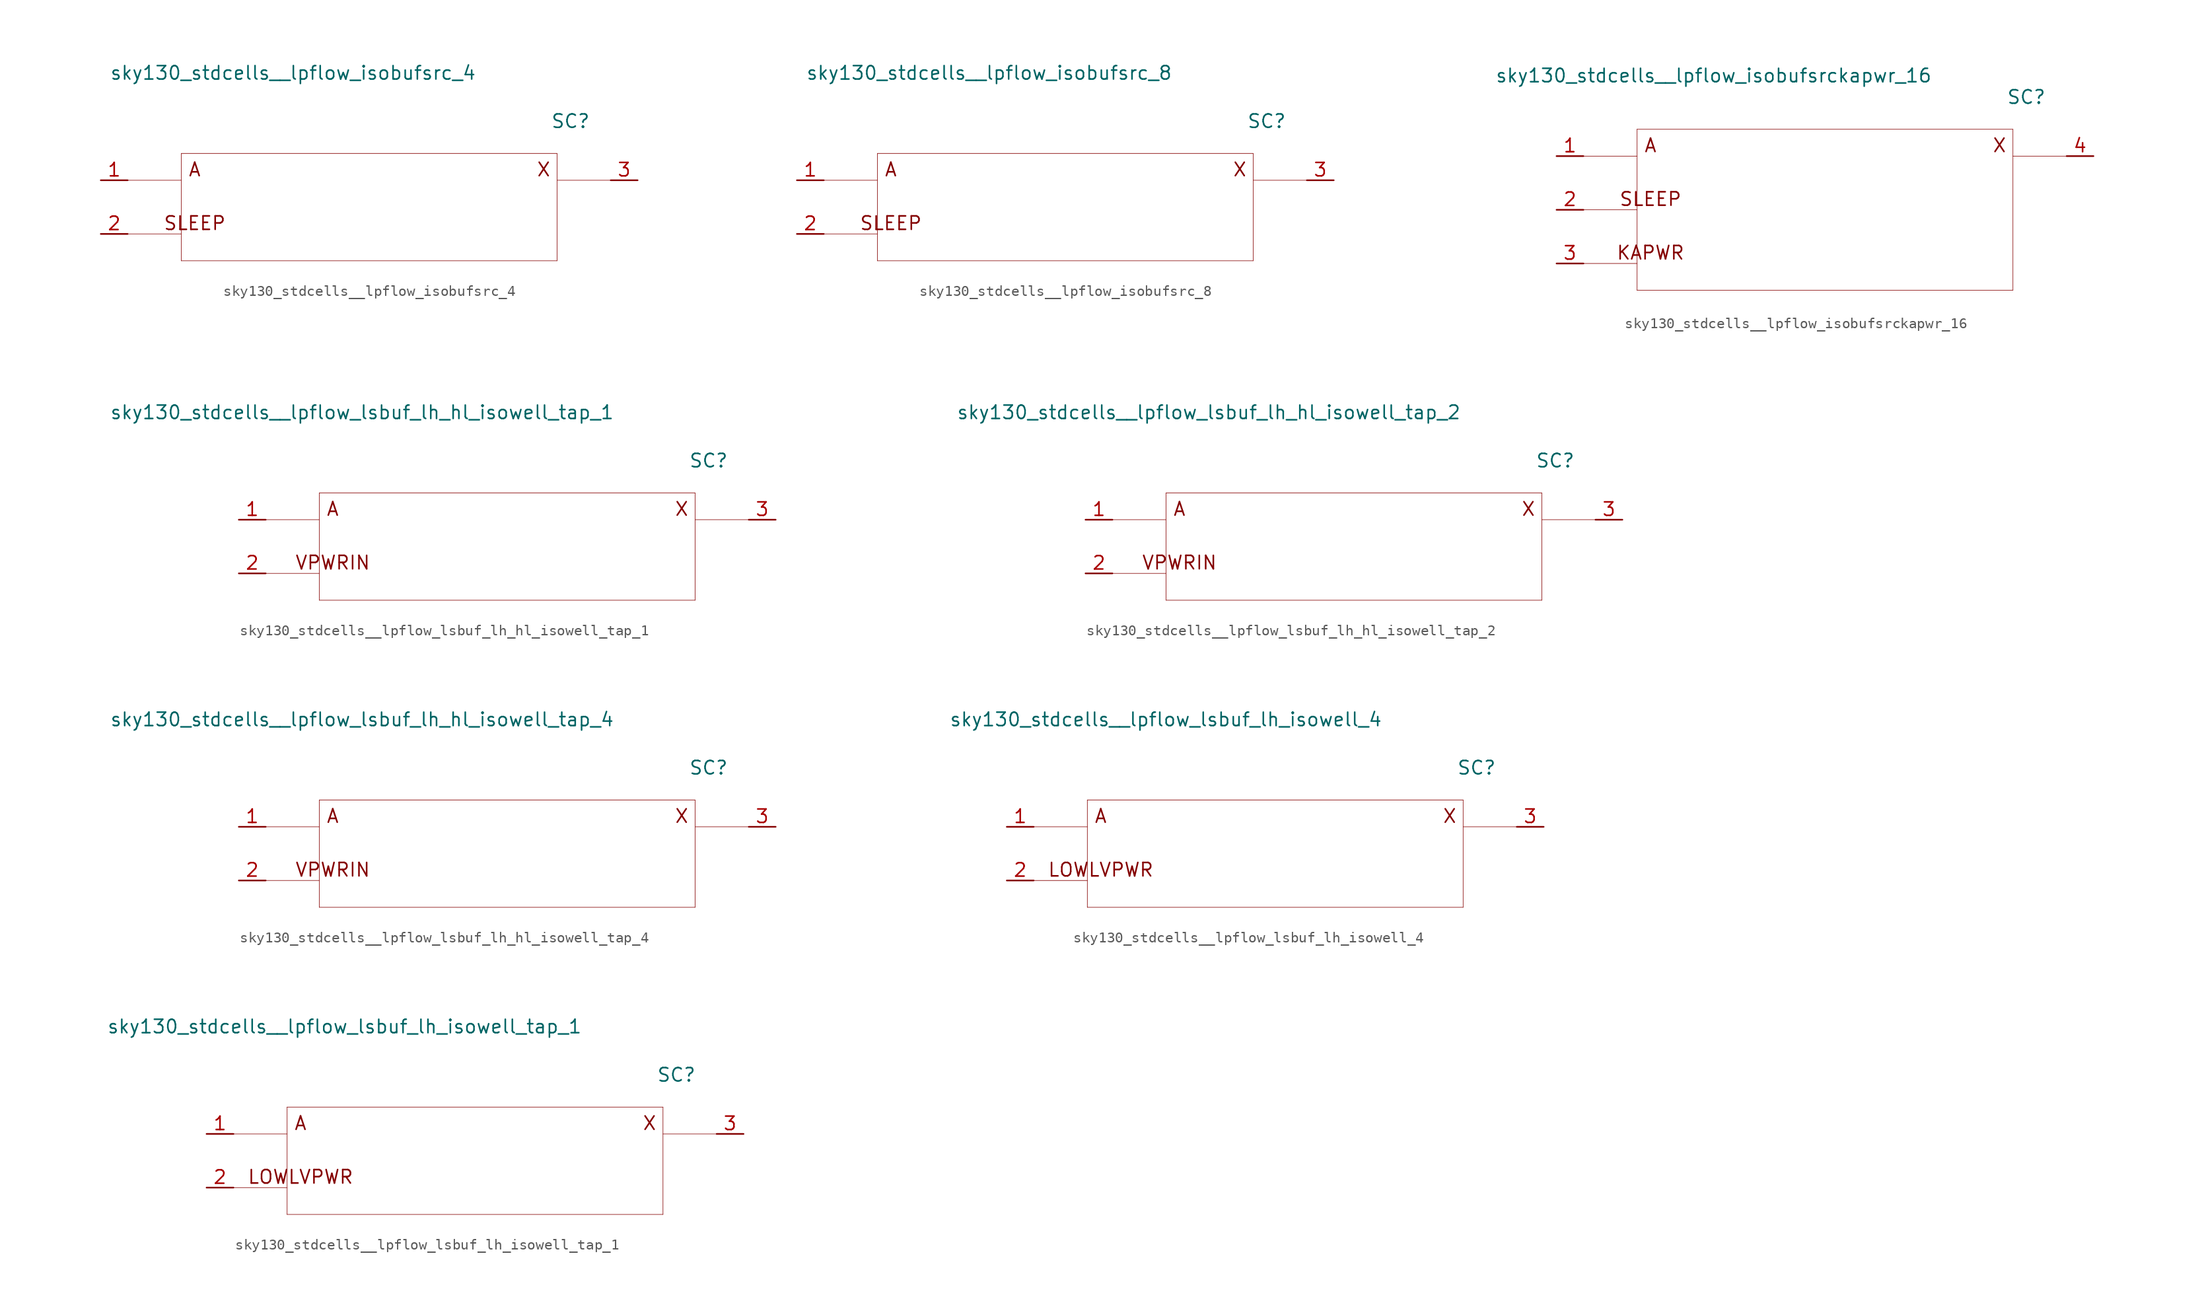
<source format=kicad_sym>
(kicad_symbol_lib
  (version 20211014)
  (generator kicad_symbol_editor)
  (symbol "sky130_stdcells__lpflow_isobufsrc_4"
    (pin_names hide)
    (property "Reference" "SC"
      (at 19.05 8.128 0)
      (effects (font (size 1.27 1.27))))
    (property "Value" "sky130_stdcells__lpflow_isobufsrc_4"
      (at 10.16 12.7 0)
      (effects (font (size 1.27 1.27)) (justify right)))
    (symbol "sky130_stdcells__lpflow_isobufsrc_4_0_0"
      (polyline (pts (xy -22.86 -2.54) (xy -17.78 -2.54)) (stroke (width 0.051) (type default) (color 0 0 0 0)) (fill (type none)))
      (polyline (pts (xy -22.86 2.54) (xy -17.78 2.54)) (stroke (width 0.051) (type default) (color 0 0 0 0)) (fill (type none)))
      (polyline (pts (xy -17.78 -5.08) (xy 17.78 -5.08)) (stroke (width 0.051) (type default) (color 0 0 0 0)) (fill (type none)))
      (polyline (pts (xy -17.78 5.08) (xy -17.78 -5.08)) (stroke (width 0.051) (type default) (color 0 0 0 0)) (fill (type none)))
      (polyline (pts (xy -17.78 5.08) (xy 17.78 5.08)) (stroke (width 0.051) (type default) (color 0 0 0 0)) (fill (type none)))
      (polyline (pts (xy 17.78 2.54) (xy 22.86 2.54)) (stroke (width 0.051) (type default) (color 0 0 0 0)) (fill (type none)))
      (polyline (pts (xy 17.78 5.08) (xy 17.78 -5.08)) (stroke (width 0.051) (type default) (color 0 0 0 0)) (fill (type none)))
      (text "A" (at -16.51 3.556 0) (effects (font (size 1.27 1.27))))
      (text "SLEEP" (at -16.51 -1.524 0) (effects (font (size 1.27 1.27))))
      (text "X" (at 16.51 3.556 0) (effects (font (size 1.27 1.27)))))
    (symbol "sky130_stdcells__lpflow_isobufsrc_4_1_1"
      (pin input line (at -25.4 2.54 0) (length 2.54) (name "A" (effects (font (size 1.092 1.092)))) (number "1" (effects (font (size 1.27 1.27)))))
      (pin input line (at -25.4 -2.54 0) (length 2.54) (name "SLEEP" (effects (font (size 1.092 1.092)))) (number "2" (effects (font (size 1.27 1.27)))))
      (pin output line (at 25.4 2.54 180) (length 2.54) (name "X" (effects (font (size 1.092 1.092)))) (number "3" (effects (font (size 1.27 1.27)))))))
  (symbol "sky130_stdcells__lpflow_isobufsrc_8"
    (pin_names hide)
    (property "Reference" "SC"
      (at 19.05 8.128 0)
      (effects (font (size 1.27 1.27))))
    (property "Value" "sky130_stdcells__lpflow_isobufsrc_8"
      (at 10.16 12.7 0)
      (effects (font (size 1.27 1.27)) (justify right)))
    (symbol "sky130_stdcells__lpflow_isobufsrc_8_0_0"
      (polyline (pts (xy -22.86 -2.54) (xy -17.78 -2.54)) (stroke (width 0.051) (type default) (color 0 0 0 0)) (fill (type none)))
      (polyline (pts (xy -22.86 2.54) (xy -17.78 2.54)) (stroke (width 0.051) (type default) (color 0 0 0 0)) (fill (type none)))
      (polyline (pts (xy -17.78 -5.08) (xy 17.78 -5.08)) (stroke (width 0.051) (type default) (color 0 0 0 0)) (fill (type none)))
      (polyline (pts (xy -17.78 5.08) (xy -17.78 -5.08)) (stroke (width 0.051) (type default) (color 0 0 0 0)) (fill (type none)))
      (polyline (pts (xy -17.78 5.08) (xy 17.78 5.08)) (stroke (width 0.051) (type default) (color 0 0 0 0)) (fill (type none)))
      (polyline (pts (xy 17.78 2.54) (xy 22.86 2.54)) (stroke (width 0.051) (type default) (color 0 0 0 0)) (fill (type none)))
      (polyline (pts (xy 17.78 5.08) (xy 17.78 -5.08)) (stroke (width 0.051) (type default) (color 0 0 0 0)) (fill (type none)))
      (text "A" (at -16.51 3.556 0) (effects (font (size 1.27 1.27))))
      (text "SLEEP" (at -16.51 -1.524 0) (effects (font (size 1.27 1.27))))
      (text "X" (at 16.51 3.556 0) (effects (font (size 1.27 1.27)))))
    (symbol "sky130_stdcells__lpflow_isobufsrc_8_1_1"
      (pin input line (at -25.4 2.54 0) (length 2.54) (name "A" (effects (font (size 1.092 1.092)))) (number "1" (effects (font (size 1.27 1.27)))))
      (pin input line (at -25.4 -2.54 0) (length 2.54) (name "SLEEP" (effects (font (size 1.092 1.092)))) (number "2" (effects (font (size 1.27 1.27)))))
      (pin output line (at 25.4 2.54 180) (length 2.54) (name "X" (effects (font (size 1.092 1.092)))) (number "3" (effects (font (size 1.27 1.27)))))))
  (symbol "sky130_stdcells__lpflow_isobufsrckapwr_16"
    (pin_names hide)
    (property "Reference" "SC"
      (at 19.05 10.668 0)
      (effects (font (size 1.27 1.27))))
    (property "Value" "sky130_stdcells__lpflow_isobufsrckapwr_16"
      (at 10.16 12.7 0)
      (effects (font (size 1.27 1.27)) (justify right)))
    (symbol "sky130_stdcells__lpflow_isobufsrckapwr_16_0_0"
      (polyline (pts (xy -22.86 -5.08) (xy -17.78 -5.08)) (stroke (width 0.051) (type default) (color 0 0 0 0)) (fill (type none)))
      (polyline (pts (xy -22.86 0) (xy -17.78 0)) (stroke (width 0.051) (type default) (color 0 0 0 0)) (fill (type none)))
      (polyline (pts (xy -22.86 5.08) (xy -17.78 5.08)) (stroke (width 0.051) (type default) (color 0 0 0 0)) (fill (type none)))
      (polyline (pts (xy -17.78 -7.62) (xy 17.78 -7.62)) (stroke (width 0.051) (type default) (color 0 0 0 0)) (fill (type none)))
      (polyline (pts (xy -17.78 7.62) (xy -17.78 -7.62)) (stroke (width 0.051) (type default) (color 0 0 0 0)) (fill (type none)))
      (polyline (pts (xy -17.78 7.62) (xy 17.78 7.62)) (stroke (width 0.051) (type default) (color 0 0 0 0)) (fill (type none)))
      (polyline (pts (xy 17.78 5.08) (xy 22.86 5.08)) (stroke (width 0.051) (type default) (color 0 0 0 0)) (fill (type none)))
      (polyline (pts (xy 17.78 7.62) (xy 17.78 -7.62)) (stroke (width 0.051) (type default) (color 0 0 0 0)) (fill (type none)))
      (text "A" (at -16.51 6.096 0) (effects (font (size 1.27 1.27))))
      (text "KAPWR" (at -16.51 -4.064 0) (effects (font (size 1.27 1.27))))
      (text "SLEEP" (at -16.51 1.016 0) (effects (font (size 1.27 1.27))))
      (text "X" (at 16.51 6.096 0) (effects (font (size 1.27 1.27)))))
    (symbol "sky130_stdcells__lpflow_isobufsrckapwr_16_1_1"
      (pin input line (at -25.4 5.08 0) (length 2.54) (name "A" (effects (font (size 1.092 1.092)))) (number "1" (effects (font (size 1.27 1.27)))))
      (pin input line (at -25.4 0 0) (length 2.54) (name "SLEEP" (effects (font (size 1.092 1.092)))) (number "2" (effects (font (size 1.27 1.27)))))
      (pin input line (at -25.4 -5.08 0) (length 2.54) (name "KAPWR" (effects (font (size 1.092 1.092)))) (number "3" (effects (font (size 1.27 1.27)))))
      (pin output line (at 25.4 5.08 180) (length 2.54) (name "X" (effects (font (size 1.092 1.092)))) (number "4" (effects (font (size 1.27 1.27)))))))
  (symbol "sky130_stdcells__lpflow_lsbuf_lh_hl_isowell_tap_1"
    (pin_names hide)
    (property "Reference" "SC"
      (at 19.05 8.128 0)
      (effects (font (size 1.27 1.27))))
    (property "Value" "sky130_stdcells__lpflow_lsbuf_lh_hl_isowell_tap_1"
      (at 10.16 12.7 0)
      (effects (font (size 1.27 1.27)) (justify right)))
    (symbol "sky130_stdcells__lpflow_lsbuf_lh_hl_isowell_tap_1_0_0"
      (polyline (pts (xy -22.86 -2.54) (xy -17.78 -2.54)) (stroke (width 0.051) (type default) (color 0 0 0 0)) (fill (type none)))
      (polyline (pts (xy -22.86 2.54) (xy -17.78 2.54)) (stroke (width 0.051) (type default) (color 0 0 0 0)) (fill (type none)))
      (polyline (pts (xy -17.78 -5.08) (xy 17.78 -5.08)) (stroke (width 0.051) (type default) (color 0 0 0 0)) (fill (type none)))
      (polyline (pts (xy -17.78 5.08) (xy -17.78 -5.08)) (stroke (width 0.051) (type default) (color 0 0 0 0)) (fill (type none)))
      (polyline (pts (xy -17.78 5.08) (xy 17.78 5.08)) (stroke (width 0.051) (type default) (color 0 0 0 0)) (fill (type none)))
      (polyline (pts (xy 17.78 2.54) (xy 22.86 2.54)) (stroke (width 0.051) (type default) (color 0 0 0 0)) (fill (type none)))
      (polyline (pts (xy 17.78 5.08) (xy 17.78 -5.08)) (stroke (width 0.051) (type default) (color 0 0 0 0)) (fill (type none)))
      (text "A" (at -16.51 3.556 0) (effects (font (size 1.27 1.27))))
      (text "VPWRIN" (at -16.51 -1.524 0) (effects (font (size 1.27 1.27))))
      (text "X" (at 16.51 3.556 0) (effects (font (size 1.27 1.27)))))
    (symbol "sky130_stdcells__lpflow_lsbuf_lh_hl_isowell_tap_1_1_1"
      (pin input line (at -25.4 2.54 0) (length 2.54) (name "A" (effects (font (size 1.092 1.092)))) (number "1" (effects (font (size 1.27 1.27)))))
      (pin input line (at -25.4 -2.54 0) (length 2.54) (name "VPWRIN" (effects (font (size 1.092 1.092)))) (number "2" (effects (font (size 1.27 1.27)))))
      (pin output line (at 25.4 2.54 180) (length 2.54) (name "X" (effects (font (size 1.092 1.092)))) (number "3" (effects (font (size 1.27 1.27)))))))
  (symbol "sky130_stdcells__lpflow_lsbuf_lh_hl_isowell_tap_2"
    (pin_names hide)
    (property "Reference" "SC"
      (at 19.05 8.128 0)
      (effects (font (size 1.27 1.27))))
    (property "Value" "sky130_stdcells__lpflow_lsbuf_lh_hl_isowell_tap_2"
      (at 10.16 12.7 0)
      (effects (font (size 1.27 1.27)) (justify right)))
    (symbol "sky130_stdcells__lpflow_lsbuf_lh_hl_isowell_tap_2_0_0"
      (polyline (pts (xy -22.86 -2.54) (xy -17.78 -2.54)) (stroke (width 0.051) (type default) (color 0 0 0 0)) (fill (type none)))
      (polyline (pts (xy -22.86 2.54) (xy -17.78 2.54)) (stroke (width 0.051) (type default) (color 0 0 0 0)) (fill (type none)))
      (polyline (pts (xy -17.78 -5.08) (xy 17.78 -5.08)) (stroke (width 0.051) (type default) (color 0 0 0 0)) (fill (type none)))
      (polyline (pts (xy -17.78 5.08) (xy -17.78 -5.08)) (stroke (width 0.051) (type default) (color 0 0 0 0)) (fill (type none)))
      (polyline (pts (xy -17.78 5.08) (xy 17.78 5.08)) (stroke (width 0.051) (type default) (color 0 0 0 0)) (fill (type none)))
      (polyline (pts (xy 17.78 2.54) (xy 22.86 2.54)) (stroke (width 0.051) (type default) (color 0 0 0 0)) (fill (type none)))
      (polyline (pts (xy 17.78 5.08) (xy 17.78 -5.08)) (stroke (width 0.051) (type default) (color 0 0 0 0)) (fill (type none)))
      (text "A" (at -16.51 3.556 0) (effects (font (size 1.27 1.27))))
      (text "VPWRIN" (at -16.51 -1.524 0) (effects (font (size 1.27 1.27))))
      (text "X" (at 16.51 3.556 0) (effects (font (size 1.27 1.27)))))
    (symbol "sky130_stdcells__lpflow_lsbuf_lh_hl_isowell_tap_2_1_1"
      (pin input line (at -25.4 2.54 0) (length 2.54) (name "A" (effects (font (size 1.092 1.092)))) (number "1" (effects (font (size 1.27 1.27)))))
      (pin input line (at -25.4 -2.54 0) (length 2.54) (name "VPWRIN" (effects (font (size 1.092 1.092)))) (number "2" (effects (font (size 1.27 1.27)))))
      (pin output line (at 25.4 2.54 180) (length 2.54) (name "X" (effects (font (size 1.092 1.092)))) (number "3" (effects (font (size 1.27 1.27)))))))
  (symbol "sky130_stdcells__lpflow_lsbuf_lh_hl_isowell_tap_4"
    (pin_names hide)
    (property "Reference" "SC"
      (at 19.05 8.128 0)
      (effects (font (size 1.27 1.27))))
    (property "Value" "sky130_stdcells__lpflow_lsbuf_lh_hl_isowell_tap_4"
      (at 10.16 12.7 0)
      (effects (font (size 1.27 1.27)) (justify right)))
    (symbol "sky130_stdcells__lpflow_lsbuf_lh_hl_isowell_tap_4_0_0"
      (polyline (pts (xy -22.86 -2.54) (xy -17.78 -2.54)) (stroke (width 0.051) (type default) (color 0 0 0 0)) (fill (type none)))
      (polyline (pts (xy -22.86 2.54) (xy -17.78 2.54)) (stroke (width 0.051) (type default) (color 0 0 0 0)) (fill (type none)))
      (polyline (pts (xy -17.78 -5.08) (xy 17.78 -5.08)) (stroke (width 0.051) (type default) (color 0 0 0 0)) (fill (type none)))
      (polyline (pts (xy -17.78 5.08) (xy -17.78 -5.08)) (stroke (width 0.051) (type default) (color 0 0 0 0)) (fill (type none)))
      (polyline (pts (xy -17.78 5.08) (xy 17.78 5.08)) (stroke (width 0.051) (type default) (color 0 0 0 0)) (fill (type none)))
      (polyline (pts (xy 17.78 2.54) (xy 22.86 2.54)) (stroke (width 0.051) (type default) (color 0 0 0 0)) (fill (type none)))
      (polyline (pts (xy 17.78 5.08) (xy 17.78 -5.08)) (stroke (width 0.051) (type default) (color 0 0 0 0)) (fill (type none)))
      (text "A" (at -16.51 3.556 0) (effects (font (size 1.27 1.27))))
      (text "VPWRIN" (at -16.51 -1.524 0) (effects (font (size 1.27 1.27))))
      (text "X" (at 16.51 3.556 0) (effects (font (size 1.27 1.27)))))
    (symbol "sky130_stdcells__lpflow_lsbuf_lh_hl_isowell_tap_4_1_1"
      (pin input line (at -25.4 2.54 0) (length 2.54) (name "A" (effects (font (size 1.092 1.092)))) (number "1" (effects (font (size 1.27 1.27)))))
      (pin input line (at -25.4 -2.54 0) (length 2.54) (name "VPWRIN" (effects (font (size 1.092 1.092)))) (number "2" (effects (font (size 1.27 1.27)))))
      (pin output line (at 25.4 2.54 180) (length 2.54) (name "X" (effects (font (size 1.092 1.092)))) (number "3" (effects (font (size 1.27 1.27)))))))
  (symbol "sky130_stdcells__lpflow_lsbuf_lh_isowell_4"
    (pin_names hide)
    (property "Reference" "SC"
      (at 19.05 8.128 0)
      (effects (font (size 1.27 1.27))))
    (property "Value" "sky130_stdcells__lpflow_lsbuf_lh_isowell_4"
      (at 10.16 12.7 0)
      (effects (font (size 1.27 1.27)) (justify right)))
    (symbol "sky130_stdcells__lpflow_lsbuf_lh_isowell_4_0_0"
      (polyline (pts (xy -22.86 -2.54) (xy -17.78 -2.54)) (stroke (width 0.051) (type default) (color 0 0 0 0)) (fill (type none)))
      (polyline (pts (xy -22.86 2.54) (xy -17.78 2.54)) (stroke (width 0.051) (type default) (color 0 0 0 0)) (fill (type none)))
      (polyline (pts (xy -17.78 -5.08) (xy 17.78 -5.08)) (stroke (width 0.051) (type default) (color 0 0 0 0)) (fill (type none)))
      (polyline (pts (xy -17.78 5.08) (xy -17.78 -5.08)) (stroke (width 0.051) (type default) (color 0 0 0 0)) (fill (type none)))
      (polyline (pts (xy -17.78 5.08) (xy 17.78 5.08)) (stroke (width 0.051) (type default) (color 0 0 0 0)) (fill (type none)))
      (polyline (pts (xy 17.78 2.54) (xy 22.86 2.54)) (stroke (width 0.051) (type default) (color 0 0 0 0)) (fill (type none)))
      (polyline (pts (xy 17.78 5.08) (xy 17.78 -5.08)) (stroke (width 0.051) (type default) (color 0 0 0 0)) (fill (type none)))
      (text "A" (at -16.51 3.556 0) (effects (font (size 1.27 1.27))))
      (text "LOWLVPWR" (at -16.51 -1.524 0) (effects (font (size 1.27 1.27))))
      (text "X" (at 16.51 3.556 0) (effects (font (size 1.27 1.27)))))
    (symbol "sky130_stdcells__lpflow_lsbuf_lh_isowell_4_1_1"
      (pin input line (at -25.4 2.54 0) (length 2.54) (name "A" (effects (font (size 1.092 1.092)))) (number "1" (effects (font (size 1.27 1.27)))))
      (pin input line (at -25.4 -2.54 0) (length 2.54) (name "LOWLVPWR" (effects (font (size 1.092 1.092)))) (number "2" (effects (font (size 1.27 1.27)))))
      (pin output line (at 25.4 2.54 180) (length 2.54) (name "X" (effects (font (size 1.092 1.092)))) (number "3" (effects (font (size 1.27 1.27)))))))
  (symbol "sky130_stdcells__lpflow_lsbuf_lh_isowell_tap_1"
    (pin_names hide)
    (property "Reference" "SC"
      (at 19.05 8.128 0)
      (effects (font (size 1.27 1.27))))
    (property "Value" "sky130_stdcells__lpflow_lsbuf_lh_isowell_tap_1"
      (at 10.16 12.7 0)
      (effects (font (size 1.27 1.27)) (justify right)))
    (symbol "sky130_stdcells__lpflow_lsbuf_lh_isowell_tap_1_0_0"
      (polyline (pts (xy -22.86 -2.54) (xy -17.78 -2.54)) (stroke (width 0.051) (type default) (color 0 0 0 0)) (fill (type none)))
      (polyline (pts (xy -22.86 2.54) (xy -17.78 2.54)) (stroke (width 0.051) (type default) (color 0 0 0 0)) (fill (type none)))
      (polyline (pts (xy -17.78 -5.08) (xy 17.78 -5.08)) (stroke (width 0.051) (type default) (color 0 0 0 0)) (fill (type none)))
      (polyline (pts (xy -17.78 5.08) (xy -17.78 -5.08)) (stroke (width 0.051) (type default) (color 0 0 0 0)) (fill (type none)))
      (polyline (pts (xy -17.78 5.08) (xy 17.78 5.08)) (stroke (width 0.051) (type default) (color 0 0 0 0)) (fill (type none)))
      (polyline (pts (xy 17.78 2.54) (xy 22.86 2.54)) (stroke (width 0.051) (type default) (color 0 0 0 0)) (fill (type none)))
      (polyline (pts (xy 17.78 5.08) (xy 17.78 -5.08)) (stroke (width 0.051) (type default) (color 0 0 0 0)) (fill (type none)))
      (text "A" (at -16.51 3.556 0) (effects (font (size 1.27 1.27))))
      (text "LOWLVPWR" (at -16.51 -1.524 0) (effects (font (size 1.27 1.27))))
      (text "X" (at 16.51 3.556 0) (effects (font (size 1.27 1.27)))))
    (symbol "sky130_stdcells__lpflow_lsbuf_lh_isowell_tap_1_1_1"
      (pin input line (at -25.4 2.54 0) (length 2.54) (name "A" (effects (font (size 1.092 1.092)))) (number "1" (effects (font (size 1.27 1.27)))))
      (pin input line (at -25.4 -2.54 0) (length 2.54) (name "LOWLVPWR" (effects (font (size 1.092 1.092)))) (number "2" (effects (font (size 1.27 1.27)))))
      (pin output line (at 25.4 2.54 180) (length 2.54) (name "X" (effects (font (size 1.092 1.092)))) (number "3" (effects (font (size 1.27 1.27))))))))
</source>
